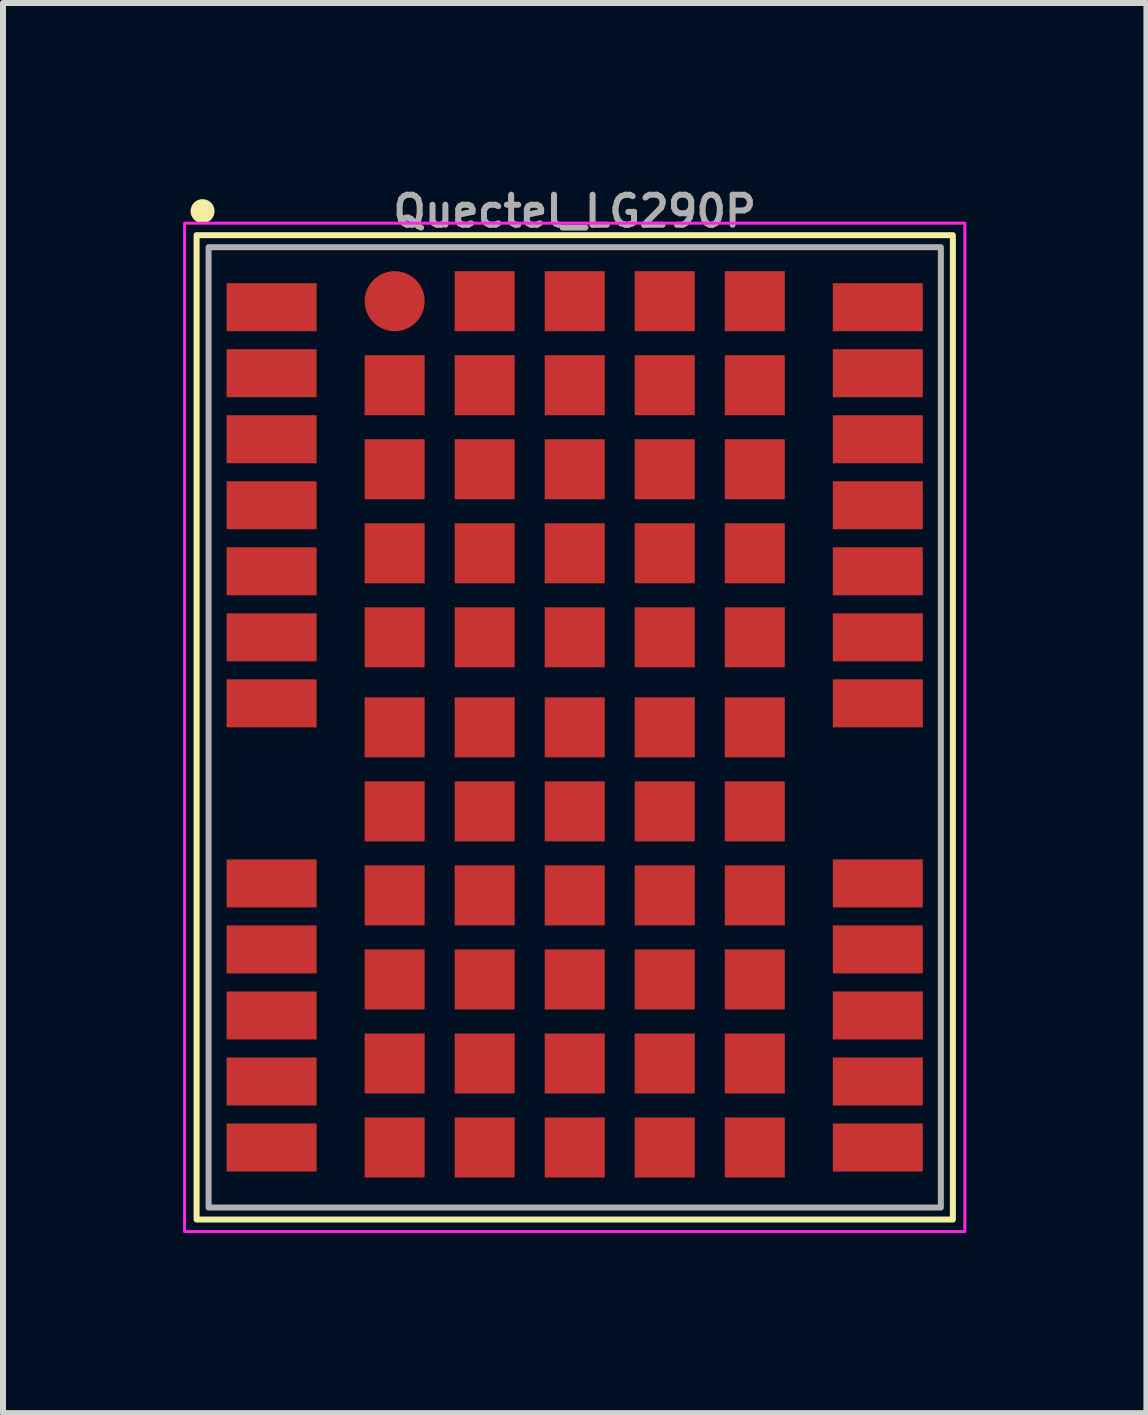
<source format=kicad_pcb>
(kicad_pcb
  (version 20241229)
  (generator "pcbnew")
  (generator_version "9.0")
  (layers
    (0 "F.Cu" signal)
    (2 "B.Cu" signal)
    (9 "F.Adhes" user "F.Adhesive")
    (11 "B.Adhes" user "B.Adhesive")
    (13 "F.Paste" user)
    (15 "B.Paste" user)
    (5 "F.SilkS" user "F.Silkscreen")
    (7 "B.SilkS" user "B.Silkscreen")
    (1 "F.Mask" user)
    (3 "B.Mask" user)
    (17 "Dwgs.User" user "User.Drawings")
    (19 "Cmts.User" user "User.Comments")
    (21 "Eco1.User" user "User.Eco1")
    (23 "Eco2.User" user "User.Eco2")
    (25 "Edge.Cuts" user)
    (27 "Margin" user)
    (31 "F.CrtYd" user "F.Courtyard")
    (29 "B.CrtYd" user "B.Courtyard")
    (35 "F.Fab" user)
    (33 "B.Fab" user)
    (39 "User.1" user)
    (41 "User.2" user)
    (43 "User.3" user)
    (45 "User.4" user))
  (footprint "Quectel_LG290P"
    (layer "F.Cu")
    (at 6.525 9.068)
    (property "Reference" "Quectel_LG290P" (at 0 -8.6 0) (layer "F.Fab") (effects (font (size 0.5 0.5) (thickness 0.1))))
    (attr smd)
    (fp_rect (start -6.3 -8.2) (end 6.3 8.2) (stroke (width 0.1) (type default)) (fill no) (layer "F.SilkS"))
    (fp_circle (center -6.2 -8.6) (end -6.3 -8.6) (stroke (width 0.2) (type solid)) (fill yes) (layer "F.SilkS"))
    (fp_rect (start -6.5 -8.4) (end 6.5 8.4) (stroke (width 0.05) (type default)) (fill no) (layer "F.CrtYd"))
    (fp_rect (start -6.1 -8) (end 6.1 8) (stroke (width 0.1) (type default)) (fill no) (layer "F.Fab"))
    (pad "1" smd rect (at -5.05 -7) (size 1.5 0.8) (layers "F.Cu" "F.Mask" "F.Paste"))
    (pad "2" smd rect (at -5.05 -5.9) (size 1.5 0.8) (layers "F.Cu" "F.Mask" "F.Paste"))
    (pad "3" smd rect (at -5.05 -4.8) (size 1.5 0.8) (layers "F.Cu" "F.Mask" "F.Paste"))
    (pad "4" smd rect (at -5.05 -3.7) (size 1.5 0.8) (layers "F.Cu" "F.Mask" "F.Paste"))
    (pad "5" smd rect (at -5.05 -2.6) (size 1.5 0.8) (layers "F.Cu" "F.Mask" "F.Paste"))
    (pad "6" smd rect (at -5.05 -1.5) (size 1.5 0.8) (layers "F.Cu" "F.Mask" "F.Paste"))
    (pad "7" smd rect (at -5.05 -0.4) (size 1.5 0.8) (layers "F.Cu" "F.Mask" "F.Paste"))
    (pad "8" smd rect (at -5.05 2.6) (size 1.5 0.8) (layers "F.Cu" "F.Mask" "F.Paste"))
    (pad "9" smd rect (at -5.05 3.7) (size 1.5 0.8) (layers "F.Cu" "F.Mask" "F.Paste"))
    (pad "10" smd rect (at -5.05 4.8) (size 1.5 0.8) (layers "F.Cu" "F.Mask" "F.Paste"))
    (pad "11" smd rect (at -5.05 5.9) (size 1.5 0.8) (layers "F.Cu" "F.Mask" "F.Paste"))
    (pad "12" smd rect (at -5.05 7) (size 1.5 0.8) (layers "F.Cu" "F.Mask" "F.Paste"))
    (pad "13" smd rect (at 5.05 7) (size 1.5 0.8) (layers "F.Cu" "F.Mask" "F.Paste"))
    (pad "14" smd rect (at 5.05 5.9) (size 1.5 0.8) (layers "F.Cu" "F.Mask" "F.Paste"))
    (pad "15" smd rect (at 5.05 4.8) (size 1.5 0.8) (layers "F.Cu" "F.Mask" "F.Paste"))
    (pad "16" smd rect (at 5.05 3.7) (size 1.5 0.8) (layers "F.Cu" "F.Mask" "F.Paste"))
    (pad "17" smd rect (at 5.05 2.6) (size 1.5 0.8) (layers "F.Cu" "F.Mask" "F.Paste"))
    (pad "18" smd rect (at 5.05 -0.4) (size 1.5 0.8) (layers "F.Cu" "F.Mask" "F.Paste"))
    (pad "19" smd rect (at 5.05 -1.5) (size 1.5 0.8) (layers "F.Cu" "F.Mask" "F.Paste"))
    (pad "20" smd rect (at 5.05 -2.6) (size 1.5 0.8) (layers "F.Cu" "F.Mask" "F.Paste"))
    (pad "21" smd rect (at 5.05 -3.7) (size 1.5 0.8) (layers "F.Cu" "F.Mask" "F.Paste"))
    (pad "22" smd rect (at 5.05 -4.8) (size 1.5 0.8) (layers "F.Cu" "F.Mask" "F.Paste"))
    (pad "23" smd rect (at 5.05 -5.9) (size 1.5 0.8) (layers "F.Cu" "F.Mask" "F.Paste"))
    (pad "24" smd rect (at 5.05 -7) (size 1.5 0.8) (layers "F.Cu" "F.Mask" "F.Paste"))
    (pad "25" smd circle (at -3 -7.1) (size 1 1) (layers "F.Cu" "F.Mask" "F.Paste"))
    (pad "25" smd rect (at -3 -5.7 180) (size 1 1) (layers "F.Cu" "F.Mask" "F.Paste"))
    (pad "25" smd rect (at -3 -4.3 180) (size 1 1) (layers "F.Cu" "F.Mask" "F.Paste"))
    (pad "25" smd rect (at -3 -2.9 180) (size 1 1) (layers "F.Cu" "F.Mask" "F.Paste"))
    (pad "25" smd rect (at -3 -1.5 180) (size 1 1) (layers "F.Cu" "F.Mask" "F.Paste"))
    (pad "25" smd rect (at -3 0) (size 1 1) (layers "F.Cu" "F.Mask" "F.Paste"))
    (pad "25" smd rect (at -3 1.4) (size 1 1) (layers "F.Cu" "F.Mask" "F.Paste"))
    (pad "25" smd rect (at -3 2.8) (size 1 1) (layers "F.Cu" "F.Mask" "F.Paste"))
    (pad "25" smd rect (at -3 4.2) (size 1 1) (layers "F.Cu" "F.Mask" "F.Paste"))
    (pad "25" smd rect (at -3 5.6) (size 1 1) (layers "F.Cu" "F.Mask" "F.Paste"))
    (pad "25" smd rect (at -3 7) (size 1 1) (layers "F.Cu" "F.Mask" "F.Paste"))
    (pad "25" smd rect (at -1.5 -7.1 180) (size 1 1) (layers "F.Cu" "F.Mask" "F.Paste"))
    (pad "25" smd rect (at -1.5 -5.7 180) (size 1 1) (layers "F.Cu" "F.Mask" "F.Paste"))
    (pad "25" smd rect (at -1.5 -4.3 180) (size 1 1) (layers "F.Cu" "F.Mask" "F.Paste"))
    (pad "25" smd rect (at -1.5 -2.9 180) (size 1 1) (layers "F.Cu" "F.Mask" "F.Paste"))
    (pad "25" smd rect (at -1.5 -1.5 180) (size 1 1) (layers "F.Cu" "F.Mask" "F.Paste"))
    (pad "25" smd rect (at -1.5 0) (size 1 1) (layers "F.Cu" "F.Mask" "F.Paste"))
    (pad "25" smd rect (at -1.5 1.4) (size 1 1) (layers "F.Cu" "F.Mask" "F.Paste"))
    (pad "25" smd rect (at -1.5 2.8) (size 1 1) (layers "F.Cu" "F.Mask" "F.Paste"))
    (pad "25" smd rect (at -1.5 4.2) (size 1 1) (layers "F.Cu" "F.Mask" "F.Paste"))
    (pad "25" smd rect (at -1.5 5.6) (size 1 1) (layers "F.Cu" "F.Mask" "F.Paste"))
    (pad "25" smd rect (at -1.5 7) (size 1 1) (layers "F.Cu" "F.Mask" "F.Paste"))
    (pad "25" smd rect (at 0 -7.1 180) (size 1 1) (layers "F.Cu" "F.Mask" "F.Paste"))
    (pad "25" smd rect (at 0 -5.7 180) (size 1 1) (layers "F.Cu" "F.Mask" "F.Paste"))
    (pad "25" smd rect (at 0 -4.3 180) (size 1 1) (layers "F.Cu" "F.Mask" "F.Paste"))
    (pad "25" smd rect (at 0 -2.9 180) (size 1 1) (layers "F.Cu" "F.Mask" "F.Paste"))
    (pad "25" smd rect (at 0 -1.5 180) (size 1 1) (layers "F.Cu" "F.Mask" "F.Paste"))
    (pad "25" smd rect (at 0 0) (size 1 1) (layers "F.Cu" "F.Mask" "F.Paste"))
    (pad "25" smd rect (at 0 1.4) (size 1 1) (layers "F.Cu" "F.Mask" "F.Paste"))
    (pad "25" smd rect (at 0 2.8) (size 1 1) (layers "F.Cu" "F.Mask" "F.Paste"))
    (pad "25" smd rect (at 0 4.2) (size 1 1) (layers "F.Cu" "F.Mask" "F.Paste"))
    (pad "25" smd rect (at 0 5.6) (size 1 1) (layers "F.Cu" "F.Mask" "F.Paste"))
    (pad "25" smd rect (at 0 7) (size 1 1) (layers "F.Cu" "F.Mask" "F.Paste"))
    (pad "25" smd rect (at 1.5 -7.1 180) (size 1 1) (layers "F.Cu" "F.Mask" "F.Paste"))
    (pad "25" smd rect (at 1.5 -5.7 180) (size 1 1) (layers "F.Cu" "F.Mask" "F.Paste"))
    (pad "25" smd rect (at 1.5 -4.3 180) (size 1 1) (layers "F.Cu" "F.Mask" "F.Paste"))
    (pad "25" smd rect (at 1.5 -2.9 180) (size 1 1) (layers "F.Cu" "F.Mask" "F.Paste"))
    (pad "25" smd rect (at 1.5 -1.5 180) (size 1 1) (layers "F.Cu" "F.Mask" "F.Paste"))
    (pad "25" smd rect (at 1.5 0) (size 1 1) (layers "F.Cu" "F.Mask" "F.Paste"))
    (pad "25" smd rect (at 1.5 1.4) (size 1 1) (layers "F.Cu" "F.Mask" "F.Paste"))
    (pad "25" smd rect (at 1.5 2.8) (size 1 1) (layers "F.Cu" "F.Mask" "F.Paste"))
    (pad "25" smd rect (at 1.5 4.2) (size 1 1) (layers "F.Cu" "F.Mask" "F.Paste"))
    (pad "25" smd rect (at 1.5 5.6) (size 1 1) (layers "F.Cu" "F.Mask" "F.Paste"))
    (pad "25" smd rect (at 1.5 7) (size 1 1) (layers "F.Cu" "F.Mask" "F.Paste"))
    (pad "25" smd rect (at 3 -7.1 180) (size 1 1) (layers "F.Cu" "F.Mask" "F.Paste"))
    (pad "25" smd rect (at 3 -5.7 180) (size 1 1) (layers "F.Cu" "F.Mask" "F.Paste"))
    (pad "25" smd rect (at 3 -4.3 180) (size 1 1) (layers "F.Cu" "F.Mask" "F.Paste"))
    (pad "25" smd rect (at 3 -2.9 180) (size 1 1) (layers "F.Cu" "F.Mask" "F.Paste"))
    (pad "25" smd rect (at 3 -1.5 180) (size 1 1) (layers "F.Cu" "F.Mask" "F.Paste"))
    (pad "25" smd rect (at 3 0) (size 1 1) (layers "F.Cu" "F.Mask" "F.Paste"))
    (pad "25" smd rect (at 3 1.4) (size 1 1) (layers "F.Cu" "F.Mask" "F.Paste"))
    (pad "25" smd rect (at 3 2.8) (size 1 1) (layers "F.Cu" "F.Mask" "F.Paste"))
    (pad "25" smd rect (at 3 4.2) (size 1 1) (layers "F.Cu" "F.Mask" "F.Paste"))
    (pad "25" smd rect (at 3 5.6) (size 1 1) (layers "F.Cu" "F.Mask" "F.Paste"))
    (pad "25" smd rect (at 3 7) (size 1 1) (layers "F.Cu" "F.Mask" "F.Paste")))
  (gr_rect
    (start -3 -3)
    (end 16.05 20.493)
    (stroke (width 0.1) (type default))
    (fill no)
    (layer "Edge.Cuts")))
</source>
